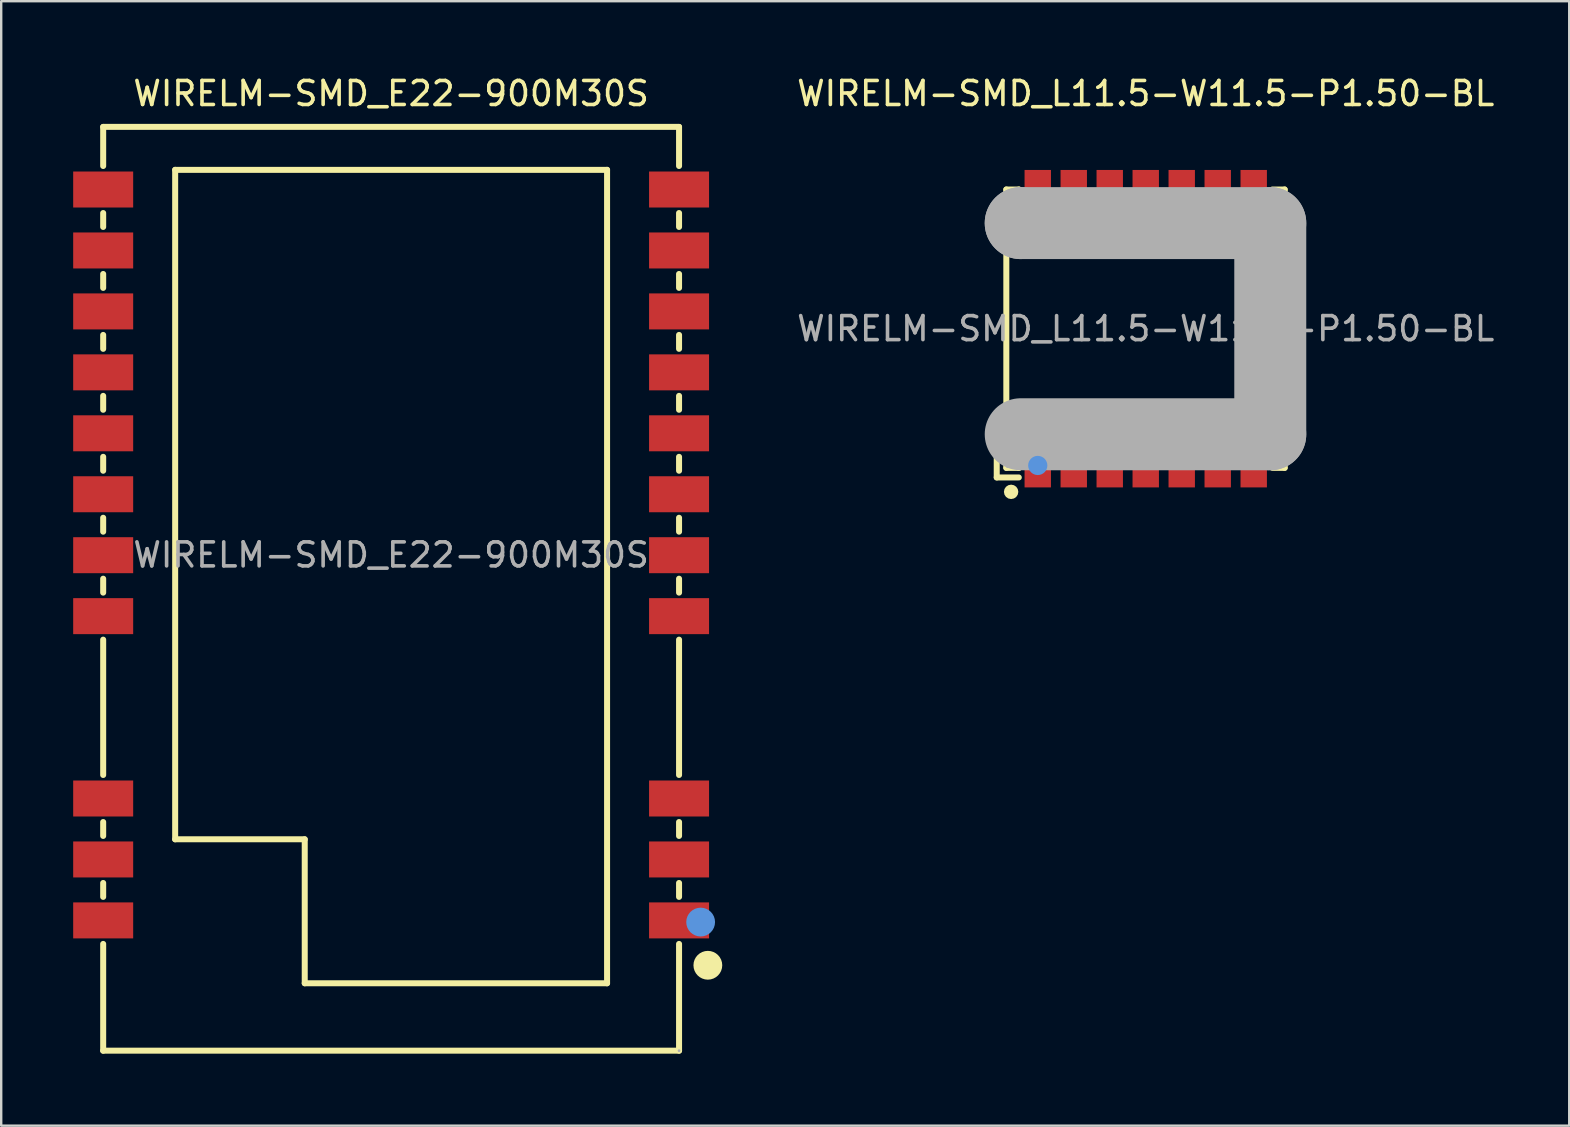
<source format=kicad_pcb>
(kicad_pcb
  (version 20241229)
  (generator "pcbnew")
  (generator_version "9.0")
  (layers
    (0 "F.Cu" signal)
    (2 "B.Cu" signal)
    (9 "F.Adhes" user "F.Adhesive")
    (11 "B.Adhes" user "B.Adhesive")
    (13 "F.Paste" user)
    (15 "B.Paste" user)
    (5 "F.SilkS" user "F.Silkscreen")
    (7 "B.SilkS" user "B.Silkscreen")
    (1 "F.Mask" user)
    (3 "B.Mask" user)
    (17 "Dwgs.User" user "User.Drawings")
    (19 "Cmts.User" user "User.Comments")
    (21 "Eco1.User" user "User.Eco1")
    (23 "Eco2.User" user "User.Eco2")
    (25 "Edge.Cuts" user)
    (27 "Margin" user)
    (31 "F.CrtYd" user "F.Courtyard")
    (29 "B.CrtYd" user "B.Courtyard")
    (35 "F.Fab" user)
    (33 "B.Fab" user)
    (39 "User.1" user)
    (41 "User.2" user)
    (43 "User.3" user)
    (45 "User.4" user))
  (footprint "WIRELM-SMD_E22-900M30S"
    (layer "F.Cu")
    (at 13.25 20.078)
    (property "Reference" "WIRELM-SMD_E22-900M30S" (at 0 -19.23 0) (layer "F.SilkS") (effects (font (size 1 1) (thickness 0.15))))
    (attr smd)
    (fp_line (start -12 -17.84) (end -12 -16.21) (stroke (width 0.25) (type solid)) (layer "F.SilkS"))
    (fp_line (start -12 -17.84) (end 12 -17.84) (stroke (width 0.25) (type solid)) (layer "F.SilkS"))
    (fp_line (start -12 -14.25) (end -12 -13.67) (stroke (width 0.25) (type solid)) (layer "F.SilkS"))
    (fp_line (start -12 -11.71) (end -12 -11.13) (stroke (width 0.25) (type solid)) (layer "F.SilkS"))
    (fp_line (start -12 -9.17) (end -12 -8.59) (stroke (width 0.25) (type solid)) (layer "F.SilkS"))
    (fp_line (start -12 -6.63) (end -12 -6.05) (stroke (width 0.25) (type solid)) (layer "F.SilkS"))
    (fp_line (start -12 -4.09) (end -12 -3.51) (stroke (width 0.25) (type solid)) (layer "F.SilkS"))
    (fp_line (start -12 -1.55) (end -12 -0.97) (stroke (width 0.25) (type solid)) (layer "F.SilkS"))
    (fp_line (start -12 0.99) (end -12 1.57) (stroke (width 0.25) (type solid)) (layer "F.SilkS"))
    (fp_line (start -12 3.53) (end -12 9.17) (stroke (width 0.25) (type solid)) (layer "F.SilkS"))
    (fp_line (start -12 11.13) (end -12 11.71) (stroke (width 0.25) (type solid)) (layer "F.SilkS"))
    (fp_line (start -12 13.67) (end -12 14.25) (stroke (width 0.25) (type solid)) (layer "F.SilkS"))
    (fp_line (start -12 16.21) (end -12 20.66) (stroke (width 0.25) (type solid)) (layer "F.SilkS"))
    (fp_line (start -12 20.66) (end 12 20.66) (stroke (width 0.25) (type solid)) (layer "F.SilkS"))
    (fp_line (start -9 -16.05) (end 9 -16.05) (stroke (width 0.25) (type solid)) (layer "F.SilkS"))
    (fp_line (start -9 11.85) (end -9 -16.05) (stroke (width 0.25) (type solid)) (layer "F.SilkS"))
    (fp_line (start -3.6 11.85) (end -9 11.85) (stroke (width 0.25) (type solid)) (layer "F.SilkS"))
    (fp_line (start -3.6 17.85) (end -3.6 11.85) (stroke (width 0.25) (type solid)) (layer "F.SilkS"))
    (fp_line (start 9 -16.05) (end 9 17.85) (stroke (width 0.25) (type solid)) (layer "F.SilkS"))
    (fp_line (start 9 17.85) (end -3.6 17.85) (stroke (width 0.25) (type solid)) (layer "F.SilkS"))
    (fp_line (start 12 -17.84) (end 12 -16.21) (stroke (width 0.25) (type solid)) (layer "F.SilkS"))
    (fp_line (start 12 -14.25) (end 12 -13.67) (stroke (width 0.25) (type solid)) (layer "F.SilkS"))
    (fp_line (start 12 -11.71) (end 12 -11.13) (stroke (width 0.25) (type solid)) (layer "F.SilkS"))
    (fp_line (start 12 -9.17) (end 12 -8.59) (stroke (width 0.25) (type solid)) (layer "F.SilkS"))
    (fp_line (start 12 -6.63) (end 12 -6.05) (stroke (width 0.25) (type solid)) (layer "F.SilkS"))
    (fp_line (start 12 -4.09) (end 12 -3.51) (stroke (width 0.25) (type solid)) (layer "F.SilkS"))
    (fp_line (start 12 -1.55) (end 12 -0.97) (stroke (width 0.25) (type solid)) (layer "F.SilkS"))
    (fp_line (start 12 0.99) (end 12 1.57) (stroke (width 0.25) (type solid)) (layer "F.SilkS"))
    (fp_line (start 12 3.53) (end 12 9.17) (stroke (width 0.25) (type solid)) (layer "F.SilkS"))
    (fp_line (start 12 11.13) (end 12 11.71) (stroke (width 0.25) (type solid)) (layer "F.SilkS"))
    (fp_line (start 12 13.67) (end 12 14.25) (stroke (width 0.25) (type solid)) (layer "F.SilkS"))
    (fp_line (start 12 16.21) (end 12 20.66) (stroke (width 0.25) (type solid)) (layer "F.SilkS"))
    (fp_circle (center 13.2 17.1) (end 13.5 17.1) (stroke (width 0.6) (type solid)) (fill no) (layer "F.SilkS"))
    (fp_circle (center 12.9 15.3) (end 13.2 15.3) (stroke (width 0.6) (type solid)) (fill no) (layer "Cmts.User"))
    (fp_circle (center 12 20.66) (end 12.03 20.66) (stroke (width 0.06) (type solid)) (fill no) (layer "F.Fab"))
    (fp_text user "${REFERENCE}" (at 0 0 0) (layer "F.Fab") (effects (font (size 1 1) (thickness 0.15))))
    (pad "1" smd rect (at 12 15.23) (size 2.5 1.5) (layers "F.Cu" "F.Mask" "F.Paste"))
    (pad "2" smd rect (at 12 12.69) (size 2.5 1.5) (layers "F.Cu" "F.Mask" "F.Paste"))
    (pad "3" smd rect (at 12 10.15) (size 2.5 1.5) (layers "F.Cu" "F.Mask" "F.Paste"))
    (pad "4" smd rect (at 12 2.55) (size 2.5 1.5) (layers "F.Cu" "F.Mask" "F.Paste"))
    (pad "5" smd rect (at 12 0.01) (size 2.5 1.5) (layers "F.Cu" "F.Mask" "F.Paste"))
    (pad "6" smd rect (at 12 -2.53) (size 2.5 1.5) (layers "F.Cu" "F.Mask" "F.Paste"))
    (pad "7" smd rect (at 12 -5.07) (size 2.5 1.5) (layers "F.Cu" "F.Mask" "F.Paste"))
    (pad "8" smd rect (at 12 -7.61) (size 2.5 1.5) (layers "F.Cu" "F.Mask" "F.Paste"))
    (pad "9" smd rect (at 12 -10.15) (size 2.5 1.5) (layers "F.Cu" "F.Mask" "F.Paste"))
    (pad "10" smd rect (at 12 -12.69) (size 2.5 1.5) (layers "F.Cu" "F.Mask" "F.Paste"))
    (pad "11" smd rect (at 12 -15.23) (size 2.5 1.5) (layers "F.Cu" "F.Mask" "F.Paste"))
    (pad "12" smd rect (at -12 -15.23) (size 2.5 1.5) (layers "F.Cu" "F.Mask" "F.Paste"))
    (pad "13" smd rect (at -12 -12.69) (size 2.5 1.5) (layers "F.Cu" "F.Mask" "F.Paste"))
    (pad "14" smd rect (at -12 -10.15) (size 2.5 1.5) (layers "F.Cu" "F.Mask" "F.Paste"))
    (pad "15" smd rect (at -12 -7.61) (size 2.5 1.5) (layers "F.Cu" "F.Mask" "F.Paste"))
    (pad "16" smd rect (at -12 -5.07) (size 2.5 1.5) (layers "F.Cu" "F.Mask" "F.Paste"))
    (pad "17" smd rect (at -12 -2.53) (size 2.5 1.5) (layers "F.Cu" "F.Mask" "F.Paste"))
    (pad "18" smd rect (at -12 0.01) (size 2.5 1.5) (layers "F.Cu" "F.Mask" "F.Paste"))
    (pad "19" smd rect (at -12 2.55) (size 2.5 1.5) (layers "F.Cu" "F.Mask" "F.Paste"))
    (pad "20" smd rect (at -12 10.15) (size 2.5 1.5) (layers "F.Cu" "F.Mask" "F.Paste"))
    (pad "21" smd rect (at -12 12.69) (size 2.5 1.5) (layers "F.Cu" "F.Mask" "F.Paste"))
    (pad "22" smd rect (at -12 15.23) (size 2.5 1.5) (layers "F.Cu" "F.Mask" "F.Paste")))
  (footprint "WIRELM-SMD_L11.5-W11.5-P1.50-BL"
    (layer "F.Cu")
    (at 44.699 10.648)
    (property "Reference" "WIRELM-SMD_L11.5-W11.5-P1.50-BL" (at 0 -9.8 0) (layer "F.SilkS") (effects (font (size 1 1) (thickness 0.15))))
    (attr smd)
    (fp_line (start -6.21 4.9) (end -6.21 6.2) (stroke (width 0.25) (type solid)) (layer "F.SilkS"))
    (fp_line (start -6.21 6.2) (end -5.29 6.2) (stroke (width 0.25) (type solid)) (layer "F.SilkS"))
    (fp_line (start -5.81 -5.8) (end -5.29 -5.8) (stroke (width 0.25) (type solid)) (layer "F.SilkS"))
    (fp_line (start -5.81 5.8) (end -5.81 -5.8) (stroke (width 0.25) (type solid)) (layer "F.SilkS"))
    (fp_line (start -5.29 5.8) (end -5.81 5.8) (stroke (width 0.25) (type solid)) (layer "F.SilkS"))
    (fp_line (start -5.28 -5.8) (end -5.29 -5.8) (stroke (width 0.25) (type solid)) (layer "F.SilkS"))
    (fp_line (start -5.28 5.8) (end -5.29 5.8) (stroke (width 0.25) (type solid)) (layer "F.SilkS"))
    (fp_line (start 5.79 -5.8) (end 5.28 -5.8) (stroke (width 0.25) (type solid)) (layer "F.SilkS"))
    (fp_line (start 5.79 -5.8) (end 5.79 5.8) (stroke (width 0.25) (type solid)) (layer "F.SilkS"))
    (fp_line (start 5.79 5.8) (end 5.28 5.8) (stroke (width 0.25) (type solid)) (layer "F.SilkS"))
    (fp_circle (center -5.61 6.8) (end -5.46 6.8) (stroke (width 0.3) (type solid)) (fill no) (layer "F.SilkS"))
    (fp_circle (center -4.51 3.7) (end -4.31 3.7) (stroke (width 0.4) (type solid)) (fill no) (layer "F.SilkS"))
    (fp_circle (center -4.5 5.7) (end -4.3 5.7) (stroke (width 0.4) (type solid)) (fill no) (layer "Cmts.User"))
    (fp_line (start -5.21 -4.4) (end -5.21 -4.4) (stroke (width 3) (type solid)) (layer "F.Fab"))
    (fp_line (start -5.21 -4.4) (end 5.19 -4.4) (stroke (width 3) (type solid)) (layer "F.Fab"))
    (fp_line (start 5.19 -4.4) (end 5.19 4.4) (stroke (width 3) (type solid)) (layer "F.Fab"))
    (fp_line (start 5.19 4.4) (end -5.21 4.4) (stroke (width 3) (type solid)) (layer "F.Fab"))
    (fp_circle (center -5.76 5.75) (end -5.73 5.75) (stroke (width 0.06) (type solid)) (fill no) (layer "F.Fab"))
    (fp_text user "${REFERENCE}" (at 0 0 0) (layer "F.Fab") (effects (font (size 1 1) (thickness 0.15))))
    (pad "1" smd rect (at -4.5 5.8) (size 1.1 1.63) (layers "F.Cu" "F.Mask" "F.Paste"))
    (pad "2" smd rect (at -3 5.8) (size 1.1 1.63) (layers "F.Cu" "F.Mask" "F.Paste"))
    (pad "3" smd rect (at -1.5 5.8) (size 1.1 1.63) (layers "F.Cu" "F.Mask" "F.Paste"))
    (pad "4" smd rect (at 0 5.8) (size 1.1 1.63) (layers "F.Cu" "F.Mask" "F.Paste"))
    (pad "5" smd rect (at 1.5 5.8) (size 1.1 1.63) (layers "F.Cu" "F.Mask" "F.Paste"))
    (pad "6" smd rect (at 3 5.8) (size 1.1 1.63) (layers "F.Cu" "F.Mask" "F.Paste"))
    (pad "7" smd rect (at 4.5 5.8) (size 1.1 1.63) (layers "F.Cu" "F.Mask" "F.Paste"))
    (pad "8" smd rect (at 4.5 -5.8) (size 1.1 1.63) (layers "F.Cu" "F.Mask" "F.Paste"))
    (pad "9" smd rect (at 3 -5.8) (size 1.1 1.63) (layers "F.Cu" "F.Mask" "F.Paste"))
    (pad "10" smd rect (at 1.5 -5.8) (size 1.1 1.63) (layers "F.Cu" "F.Mask" "F.Paste"))
    (pad "11" smd rect (at 0 -5.8) (size 1.1 1.63) (layers "F.Cu" "F.Mask" "F.Paste"))
    (pad "12" smd rect (at -1.5 -5.8) (size 1.1 1.63) (layers "F.Cu" "F.Mask" "F.Paste"))
    (pad "13" smd rect (at -3 -5.8) (size 1.1 1.63) (layers "F.Cu" "F.Mask" "F.Paste"))
    (pad "14" smd rect (at -4.5 -5.8) (size 1.1 1.63) (layers "F.Cu" "F.Mask" "F.Paste")))
  (gr_rect
    (start -3 -3)
    (end 62.348 43.863)
    (stroke (width 0.1) (type default))
    (fill no)
    (layer "Edge.Cuts")))
</source>
